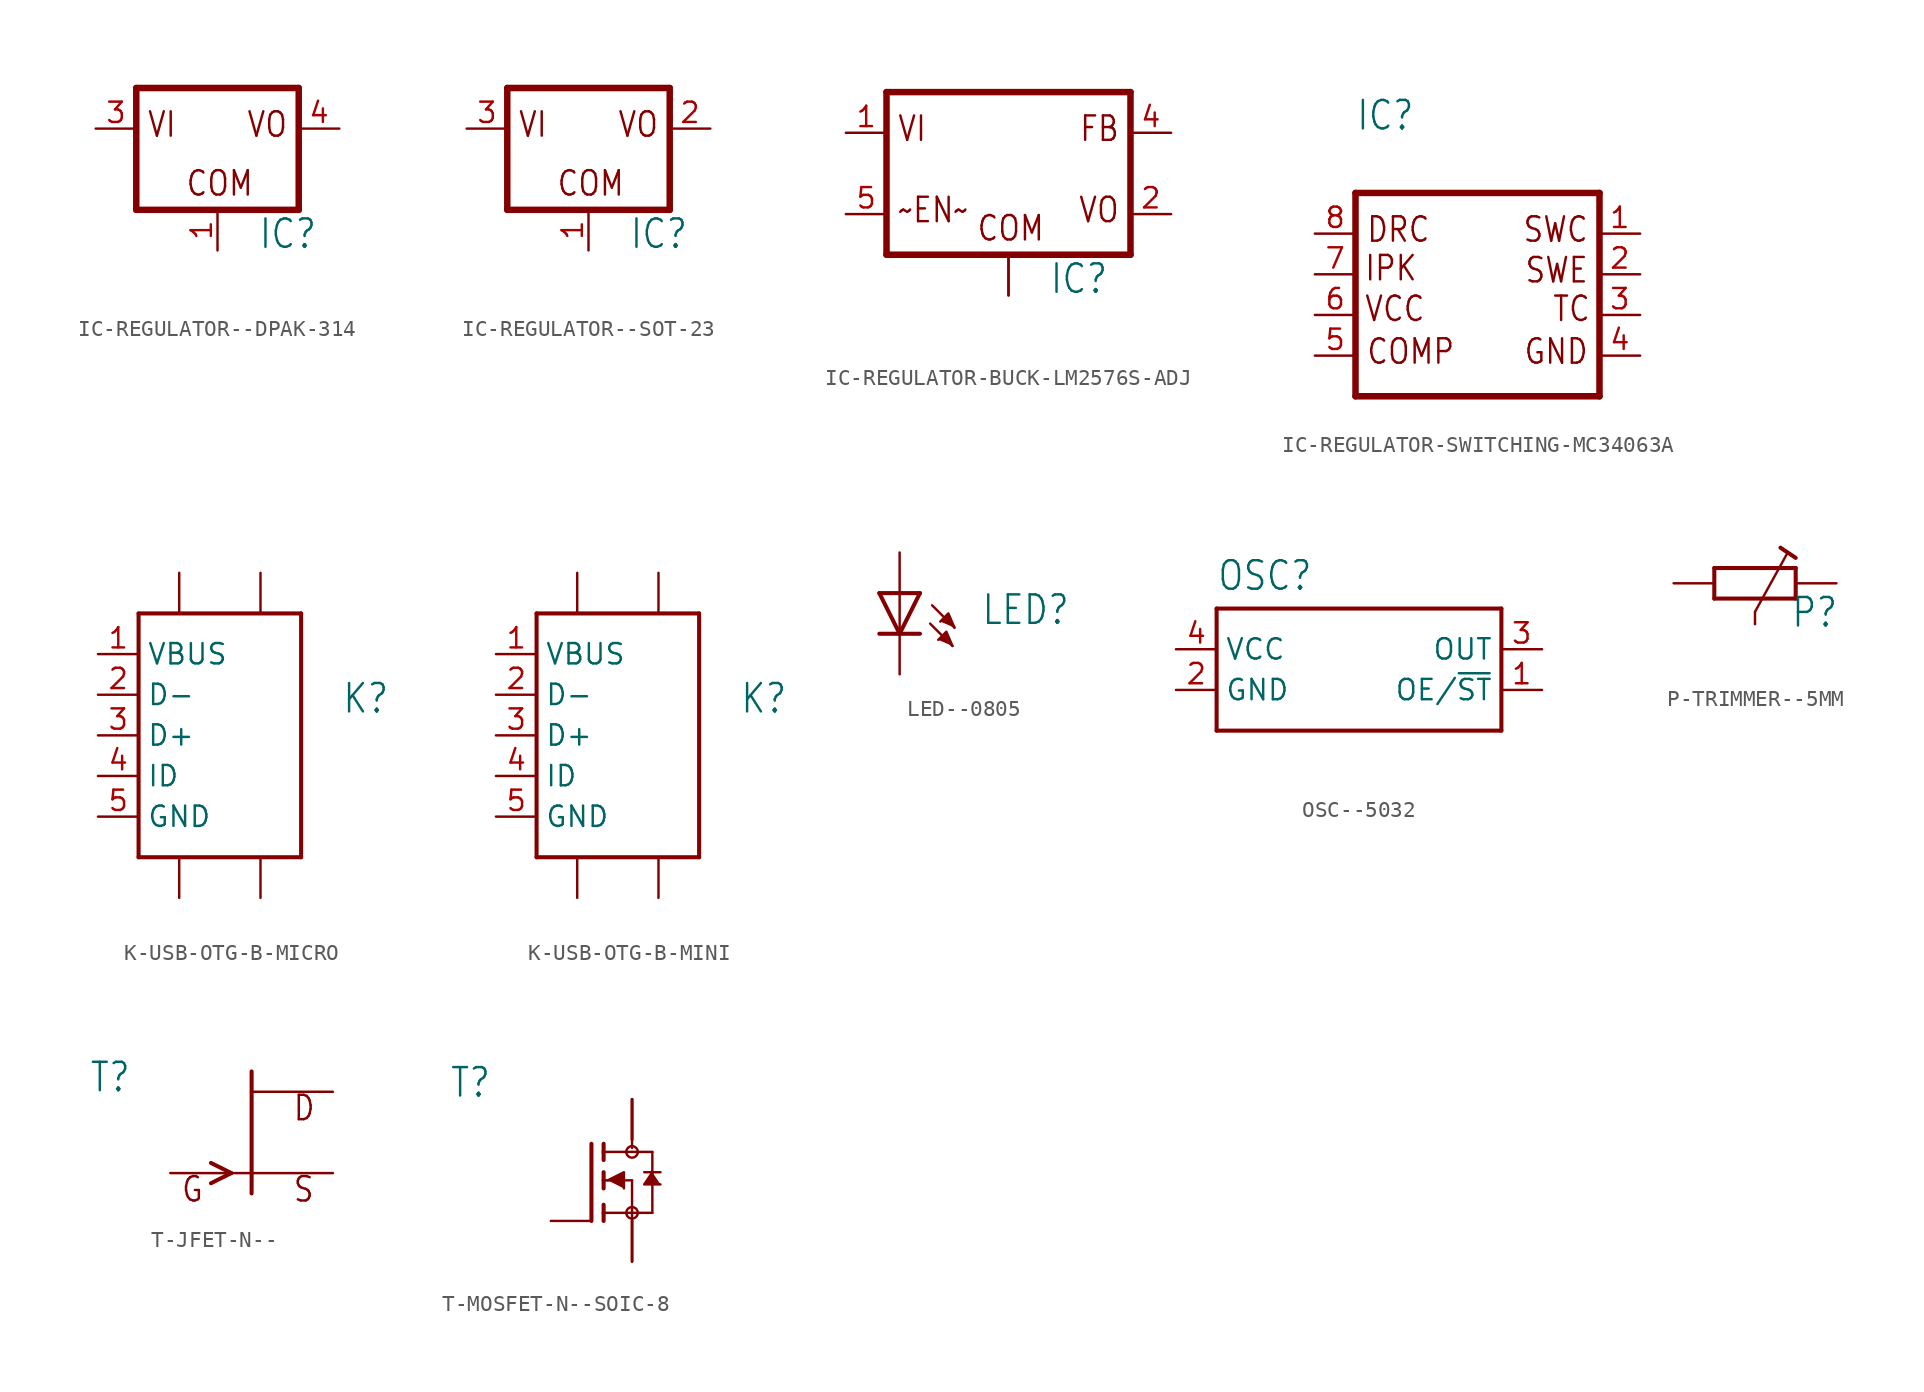
<source format=kicad_sym>
(kicad_symbol_lib
  (version 20231120)
  (generator "kicad_symbol_editor")
  (generator_version "8.0")
  (symbol "IC-REGULATOR--DPAK-314"
    (property "Reference" "IC"
      (at 2.54 -7.62 0)
      (effects (font (size 1.778 1.511)) (justify left bottom)))
    (property "Value" ""
      (at 2.54 -10.16 0)
      (effects (font (size 1.778 1.511)) (justify left bottom)))
    (property "ki_locked" ""
      (at 0 0 0)
      (effects (font (size 1.27 1.27))))
    (symbol "IC-REGULATOR--DPAK-314_1_0"
      (polyline (pts (xy -5.08 -5.08) (xy 5.08 -5.08)) (stroke (width 0.406) (type solid)) (fill (type none)))
      (polyline (pts (xy -5.08 2.54) (xy -5.08 -5.08)) (stroke (width 0.406) (type solid)) (fill (type none)))
      (polyline (pts (xy 5.08 -5.08) (xy 5.08 2.54)) (stroke (width 0.406) (type solid)) (fill (type none)))
      (polyline (pts (xy 5.08 2.54) (xy -5.08 2.54)) (stroke (width 0.406) (type solid)) (fill (type none)))
      (text "COM" (at -2.032 -4.318 0) (effects (font (size 1.524 1.295)) (justify left bottom)))
      (text "VI" (at -4.445 -0.635 0) (effects (font (size 1.524 1.295)) (justify left bottom)))
      (text "VO" (at 4.445 -0.635 0) (effects (font (size 1.524 1.295)) (justify right bottom)))
      (pin input line (at 0 -7.62 90) (length 2.54) (name "COM" (effects (font (size 0 0)))) (number "1" (effects (font (size 1.27 1.27)))))
      (pin input line (at -7.62 0 0) (length 2.54) (name "VI" (effects (font (size 0 0)))) (number "3" (effects (font (size 1.27 1.27)))))
      (pin passive line (at 7.62 0 180) (length 2.54) (name "VO" (effects (font (size 0 0)))) (number "4" (effects (font (size 1.27 1.27)))))))
  (symbol "IC-REGULATOR--SOT-23"
    (property "Reference" "IC"
      (at 2.54 -7.62 0)
      (effects (font (size 1.778 1.511)) (justify left bottom)))
    (property "Value" ""
      (at 2.54 -10.16 0)
      (effects (font (size 1.778 1.511)) (justify left bottom)))
    (property "ki_locked" ""
      (at 0 0 0)
      (effects (font (size 1.27 1.27))))
    (symbol "IC-REGULATOR--SOT-23_1_0"
      (polyline (pts (xy -5.08 -5.08) (xy 5.08 -5.08)) (stroke (width 0.406) (type solid)) (fill (type none)))
      (polyline (pts (xy -5.08 2.54) (xy -5.08 -5.08)) (stroke (width 0.406) (type solid)) (fill (type none)))
      (polyline (pts (xy 5.08 -5.08) (xy 5.08 2.54)) (stroke (width 0.406) (type solid)) (fill (type none)))
      (polyline (pts (xy 5.08 2.54) (xy -5.08 2.54)) (stroke (width 0.406) (type solid)) (fill (type none)))
      (text "COM" (at -2.032 -4.318 0) (effects (font (size 1.524 1.295)) (justify left bottom)))
      (text "VI" (at -4.445 -0.635 0) (effects (font (size 1.524 1.295)) (justify left bottom)))
      (text "VO" (at 4.445 -0.635 0) (effects (font (size 1.524 1.295)) (justify right bottom)))
      (pin input line (at 0 -7.62 90) (length 2.54) (name "COM" (effects (font (size 0 0)))) (number "1" (effects (font (size 1.27 1.27)))))
      (pin passive line (at 7.62 0 180) (length 2.54) (name "VO" (effects (font (size 0 0)))) (number "2" (effects (font (size 1.27 1.27)))))
      (pin input line (at -7.62 0 0) (length 2.54) (name "VI" (effects (font (size 0 0)))) (number "3" (effects (font (size 1.27 1.27)))))))
  (symbol "IC-REGULATOR-BUCK-LM2576S-ADJ"
    (property "Reference" "IC"
      (at 2.54 -7.62 0)
      (effects (font (size 1.778 1.511)) (justify left bottom)))
    (property "Value" ""
      (at 2.54 -10.16 0)
      (effects (font (size 1.778 1.511)) (justify left bottom)))
    (property "ki_locked" ""
      (at 0 0 0)
      (effects (font (size 1.27 1.27))))
    (symbol "IC-REGULATOR-BUCK-LM2576S-ADJ_1_0"
      (polyline (pts (xy -7.62 -5.08) (xy 7.62 -5.08)) (stroke (width 0.406) (type solid)) (fill (type none)))
      (polyline (pts (xy -7.62 5.08) (xy -7.62 -5.08)) (stroke (width 0.406) (type solid)) (fill (type none)))
      (polyline (pts (xy 7.62 -5.08) (xy 7.62 5.08)) (stroke (width 0.406) (type solid)) (fill (type none)))
      (polyline (pts (xy 7.62 5.08) (xy -7.62 5.08)) (stroke (width 0.406) (type solid)) (fill (type none)))
      (text "COM" (at -2.032 -4.318 0) (effects (font (size 1.524 1.295)) (justify left bottom)))
      (text "FB" (at 6.985 1.905 0) (effects (font (size 1.524 1.295)) (justify right bottom)))
      (text "VI" (at -6.985 1.905 0) (effects (font (size 1.524 1.295)) (justify left bottom)))
      (text "VO" (at 6.985 -3.175 0) (effects (font (size 1.524 1.295)) (justify right bottom)))
      (text "~EN~" (at -6.985 -3.175 0) (effects (font (size 1.524 1.295)) (justify left bottom)))
      (pin input line (at -10.16 2.54 0) (length 2.54) (name "VI" (effects (font (size 0 0)))) (number "1" (effects (font (size 1.27 1.27)))))
      (pin passive line (at 10.16 -2.54 180) (length 2.54) (name "VO" (effects (font (size 0 0)))) (number "2" (effects (font (size 1.27 1.27)))))
      (pin input line (at 0 -7.62 90) (length 2.54) (name "COM" (effects (font (size 0 0)))) (number "3" (effects (font (size 0 0)))))
      (pin passive line (at 10.16 2.54 180) (length 2.54) (name "FB" (effects (font (size 0 0)))) (number "4" (effects (font (size 1.27 1.27)))))
      (pin input line (at -10.16 -2.54 0) (length 2.54) (name "EN" (effects (font (size 0 0)))) (number "5" (effects (font (size 1.27 1.27)))))
      (pin input line (at 0 -7.62 90) (length 2.54) (name "COM" (effects (font (size 0 0)))) (number "PAD" (effects (font (size 0 0)))))))
  (symbol "IC-REGULATOR-SWITCHING-MC34063A"
    (property "Reference" "IC"
      (at -7.62 11.43 0)
      (effects (font (size 1.778 1.511)) (justify left bottom)))
    (property "Value" ""
      (at -7.62 8.89 0)
      (effects (font (size 1.778 1.511)) (justify left bottom)))
    (property "ki_locked" ""
      (at 0 0 0)
      (effects (font (size 1.27 1.27))))
    (symbol "IC-REGULATOR-SWITCHING-MC34063A_1_0"
      (polyline (pts (xy -7.62 -5.08) (xy 7.62 -5.08)) (stroke (width 0.406) (type solid)) (fill (type none)))
      (polyline (pts (xy -7.62 7.62) (xy -7.62 -5.08)) (stroke (width 0.406) (type solid)) (fill (type none)))
      (polyline (pts (xy 7.62 -5.08) (xy 7.62 7.62)) (stroke (width 0.406) (type solid)) (fill (type none)))
      (polyline (pts (xy 7.62 7.62) (xy -7.62 7.62)) (stroke (width 0.406) (type solid)) (fill (type none)))
      (text "COMP" (at -6.985 -3.175 0) (effects (font (size 1.524 1.295)) (justify left bottom)))
      (text "DRC" (at -6.985 4.445 0) (effects (font (size 1.524 1.295)) (justify left bottom)))
      (text "GND" (at 6.985 -3.175 0) (effects (font (size 1.524 1.295)) (justify right bottom)))
      (text "IPK" (at -7.112 2.032 0) (effects (font (size 1.524 1.295)) (justify left bottom)))
      (text "SWC" (at 6.985 4.445 0) (effects (font (size 1.524 1.295)) (justify right bottom)))
      (text "SWE" (at 6.985 1.905 0) (effects (font (size 1.524 1.295)) (justify right bottom)))
      (text "TC" (at 7.112 -0.508 0) (effects (font (size 1.524 1.295)) (justify right bottom)))
      (text "VCC" (at -7.112 -0.508 0) (effects (font (size 1.524 1.295)) (justify left bottom)))
      (pin bidirectional line (at 10.16 5.08 180) (length 2.54) (name "1" (effects (font (size 0 0)))) (number "1" (effects (font (size 1.27 1.27)))))
      (pin bidirectional line (at 10.16 2.54 180) (length 2.54) (name "2" (effects (font (size 0 0)))) (number "2" (effects (font (size 1.27 1.27)))))
      (pin input line (at 10.16 0 180) (length 2.54) (name "3" (effects (font (size 0 0)))) (number "3" (effects (font (size 1.27 1.27)))))
      (pin input line (at 10.16 -2.54 180) (length 2.54) (name "4" (effects (font (size 0 0)))) (number "4" (effects (font (size 1.27 1.27)))))
      (pin input line (at -10.16 -2.54 0) (length 2.54) (name "5" (effects (font (size 0 0)))) (number "5" (effects (font (size 1.27 1.27)))))
      (pin input line (at -10.16 0 0) (length 2.54) (name "6" (effects (font (size 0 0)))) (number "6" (effects (font (size 1.27 1.27)))))
      (pin input line (at -10.16 2.54 0) (length 2.54) (name "7" (effects (font (size 0 0)))) (number "7" (effects (font (size 1.27 1.27)))))
      (pin input line (at -10.16 5.08 0) (length 2.54) (name "8" (effects (font (size 0 0)))) (number "8" (effects (font (size 1.27 1.27)))))))
  (symbol "K-USB-OTG-B-MICRO"
    (property "Reference" "K"
      (at 12.7 1.27 0)
      (effects (font (size 1.778 1.511)) (justify left bottom)))
    (property "Value" ""
      (at 12.7 -2.54 0)
      (effects (font (size 1.778 1.511)) (justify left bottom)))
    (property "ki_locked" ""
      (at 0 0 0)
      (effects (font (size 1.27 1.27))))
    (symbol "K-USB-OTG-B-MICRO_1_0"
      (polyline (pts (xy 0 -7.62) (xy 10.16 -7.62)) (stroke (width 0.254) (type solid)) (fill (type none)))
      (polyline (pts (xy 0 7.62) (xy 0 -7.62)) (stroke (width 0.254) (type solid)) (fill (type none)))
      (polyline (pts (xy 0 7.62) (xy 10.16 7.62)) (stroke (width 0.254) (type solid)) (fill (type none)))
      (polyline (pts (xy 10.16 7.62) (xy 10.16 -7.62)) (stroke (width 0.254) (type solid)) (fill (type none)))
      (pin passive line (at -2.54 5.08 0) (length 2.54) (name "VBUS" (effects (font (size 1.27 1.27)))) (number "1" (effects (font (size 1.27 1.27)))))
      (pin passive line (at -2.54 2.54 0) (length 2.54) (name "D-" (effects (font (size 1.27 1.27)))) (number "2" (effects (font (size 1.27 1.27)))))
      (pin passive line (at -2.54 0 0) (length 2.54) (name "D+" (effects (font (size 1.27 1.27)))) (number "3" (effects (font (size 1.27 1.27)))))
      (pin passive line (at -2.54 -2.54 0) (length 2.54) (name "ID" (effects (font (size 1.27 1.27)))) (number "4" (effects (font (size 1.27 1.27)))))
      (pin passive line (at -2.54 -5.08 0) (length 2.54) (name "GND" (effects (font (size 1.27 1.27)))) (number "5" (effects (font (size 1.27 1.27)))))
      (pin passive line (at 7.62 10.16 270) (length 2.54) (name "S1" (effects (font (size 0 0)))) (number "S1" (effects (font (size 0 0)))))
      (pin passive line (at 2.54 10.16 270) (length 2.54) (name "S2" (effects (font (size 0 0)))) (number "S2" (effects (font (size 0 0)))))
      (pin passive line (at 2.54 -10.16 90) (length 2.54) (name "S3" (effects (font (size 0 0)))) (number "S3" (effects (font (size 0 0)))))
      (pin passive line (at 7.62 -10.16 90) (length 2.54) (name "S4" (effects (font (size 0 0)))) (number "S4" (effects (font (size 0 0)))))))
  (symbol "K-USB-OTG-B-MINI"
    (property "Reference" "K"
      (at 12.7 1.27 0)
      (effects (font (size 1.778 1.511)) (justify left bottom)))
    (property "Value" ""
      (at 12.7 -2.54 0)
      (effects (font (size 1.778 1.511)) (justify left bottom)))
    (property "ki_locked" ""
      (at 0 0 0)
      (effects (font (size 1.27 1.27))))
    (symbol "K-USB-OTG-B-MINI_1_0"
      (polyline (pts (xy 0 -7.62) (xy 10.16 -7.62)) (stroke (width 0.254) (type solid)) (fill (type none)))
      (polyline (pts (xy 0 7.62) (xy 0 -7.62)) (stroke (width 0.254) (type solid)) (fill (type none)))
      (polyline (pts (xy 0 7.62) (xy 10.16 7.62)) (stroke (width 0.254) (type solid)) (fill (type none)))
      (polyline (pts (xy 10.16 7.62) (xy 10.16 -7.62)) (stroke (width 0.254) (type solid)) (fill (type none)))
      (pin passive line (at -2.54 5.08 0) (length 2.54) (name "VBUS" (effects (font (size 1.27 1.27)))) (number "1" (effects (font (size 1.27 1.27)))))
      (pin passive line (at -2.54 2.54 0) (length 2.54) (name "D-" (effects (font (size 1.27 1.27)))) (number "2" (effects (font (size 1.27 1.27)))))
      (pin passive line (at -2.54 0 0) (length 2.54) (name "D+" (effects (font (size 1.27 1.27)))) (number "3" (effects (font (size 1.27 1.27)))))
      (pin passive line (at -2.54 -2.54 0) (length 2.54) (name "ID" (effects (font (size 1.27 1.27)))) (number "4" (effects (font (size 1.27 1.27)))))
      (pin passive line (at -2.54 -5.08 0) (length 2.54) (name "GND" (effects (font (size 1.27 1.27)))) (number "5" (effects (font (size 1.27 1.27)))))
      (pin passive line (at 7.62 10.16 270) (length 2.54) (name "S1" (effects (font (size 0 0)))) (number "S1" (effects (font (size 0 0)))))
      (pin passive line (at 2.54 10.16 270) (length 2.54) (name "S2" (effects (font (size 0 0)))) (number "S2" (effects (font (size 0 0)))))
      (pin passive line (at 2.54 -10.16 90) (length 2.54) (name "S3" (effects (font (size 0 0)))) (number "S3" (effects (font (size 0 0)))))
      (pin passive line (at 7.62 -10.16 90) (length 2.54) (name "S4" (effects (font (size 0 0)))) (number "S4" (effects (font (size 0 0)))))))
  (symbol "LED--0805"
    (property "Reference" "LED"
      (at 5.08 0 0)
      (effects (font (size 1.778 1.511)) (justify left top)))
    (property "Value" ""
      (at 5.08 -2.54 0)
      (effects (font (size 1.778 1.511)) (justify left top)))
    (property "ki_locked" ""
      (at 0 0 0)
      (effects (font (size 1.27 1.27))))
    (symbol "LED--0805_1_0"
      (polyline (pts (xy -1.27 -2.54) (xy 0 -2.54)) (stroke (width 0.254) (type solid)) (fill (type none)))
      (polyline (pts (xy -1.27 0) (xy 0 -2.54)) (stroke (width 0.254) (type solid)) (fill (type none)))
      (polyline (pts (xy -1.27 0) (xy 0 0)) (stroke (width 0.254) (type solid)) (fill (type none)))
      (polyline (pts (xy 0 -2.54) (xy 1.27 -2.54)) (stroke (width 0.254) (type solid)) (fill (type none)))
      (polyline (pts (xy 0 -2.54) (xy 1.27 0)) (stroke (width 0.254) (type solid)) (fill (type none)))
      (polyline (pts (xy 0 0) (xy 0 -2.54)) (stroke (width 0.152) (type solid)) (fill (type none)))
      (polyline (pts (xy 0 0) (xy 1.27 0)) (stroke (width 0.254) (type solid)) (fill (type none)))
      (polyline (pts (xy 1.905 -1.905) (xy 3.302 -3.302)) (stroke (width 0.152) (type solid)) (fill (type none)))
      (polyline (pts (xy 2.032 -0.762) (xy 3.429 -2.159)) (stroke (width 0.152) (type solid)) (fill (type none)))
      (polyline (pts (xy 3.302 -3.302) (xy 2.921 -2.413) (xy 2.413 -2.921)) (stroke (width 0.152) (type solid)) (fill (type outline)))
      (polyline (pts (xy 3.429 -2.159) (xy 3.048 -1.27) (xy 2.54 -1.778)) (stroke (width 0.152) (type solid)) (fill (type outline)))
      (pin passive line (at 0 2.54 270) (length 2.54) (name "A" (effects (font (size 0 0)))) (number "A" (effects (font (size 0 0)))))
      (pin passive line (at 0 -5.08 90) (length 2.54) (name "C" (effects (font (size 0 0)))) (number "C" (effects (font (size 0 0)))))))
  (symbol "OSC--5032"
    (property "Reference" "OSC"
      (at -5.08 3.556 0)
      (effects (font (size 1.778 1.511)) (justify left bottom)))
    (property "Value" ""
      (at -5.08 -7.62 0)
      (effects (font (size 1.778 1.511)) (justify left bottom)))
    (property "ki_locked" ""
      (at 0 0 0)
      (effects (font (size 1.27 1.27))))
    (symbol "OSC--5032_1_0"
      (polyline (pts (xy -5.08 -5.08) (xy 12.7 -5.08)) (stroke (width 0.254) (type solid)) (fill (type none)))
      (polyline (pts (xy -5.08 2.54) (xy -5.08 -5.08)) (stroke (width 0.254) (type solid)) (fill (type none)))
      (polyline (pts (xy 12.7 -5.08) (xy 12.7 2.54)) (stroke (width 0.254) (type solid)) (fill (type none)))
      (polyline (pts (xy 12.7 2.54) (xy -5.08 2.54)) (stroke (width 0.254) (type solid)) (fill (type none)))
      (pin passive line (at 15.24 -2.54 180) (length 2.54) (name "OE/~{ST}" (effects (font (size 1.27 1.27)))) (number "1" (effects (font (size 1.27 1.27)))))
      (pin passive line (at -7.62 -2.54 0) (length 2.54) (name "GND" (effects (font (size 1.27 1.27)))) (number "2" (effects (font (size 1.27 1.27)))))
      (pin passive line (at 15.24 0 180) (length 2.54) (name "OUT" (effects (font (size 1.27 1.27)))) (number "3" (effects (font (size 1.27 1.27)))))
      (pin passive line (at -7.62 0 0) (length 2.54) (name "VCC" (effects (font (size 1.27 1.27)))) (number "4" (effects (font (size 1.27 1.27)))))))
  (symbol "P-TRIMMER--5MM"
    (property "Reference" "P"
      (at 2.223 -2.857 0)
      (effects (font (size 1.778 1.511)) (justify left bottom)))
    (property "Value" ""
      (at 2.54 -5.397 0)
      (effects (font (size 1.778 1.511)) (justify left bottom)))
    (property "ki_locked" ""
      (at 0 0 0)
      (effects (font (size 1.27 1.27))))
    (symbol "P-TRIMMER--5MM_1_0"
      (polyline (pts (xy -2.54 -0.953) (xy 2.54 -0.953)) (stroke (width 0.254) (type solid)) (fill (type none)))
      (polyline (pts (xy -2.54 0.953) (xy -2.54 -0.953)) (stroke (width 0.254) (type solid)) (fill (type none)))
      (polyline (pts (xy 0 -1.778) (xy 0 -2.54)) (stroke (width 0.152) (type solid)) (fill (type none)))
      (polyline (pts (xy 0 -1.778) (xy 2.032 1.905)) (stroke (width 0.152) (type solid)) (fill (type none)))
      (polyline (pts (xy 2.54 -0.953) (xy 2.54 0.953)) (stroke (width 0.254) (type solid)) (fill (type none)))
      (polyline (pts (xy 2.54 0.953) (xy -2.54 0.953)) (stroke (width 0.254) (type solid)) (fill (type none)))
      (polyline (pts (xy 2.54 1.587) (xy 1.587 2.223)) (stroke (width 0.254) (type solid)) (fill (type none)))
      (pin passive line (at -5.08 0 0) (length 2.54) (name "1" (effects (font (size 0 0)))) (number "1" (effects (font (size 0 0)))))
      (pin passive line (at 0 -2.54 90) (length 0) (name "2" (effects (font (size 0 0)))) (number "2" (effects (font (size 0 0)))))
      (pin passive line (at 5.08 0 180) (length 2.54) (name "3" (effects (font (size 0 0)))) (number "3" (effects (font (size 0 0)))))))
  (symbol "T-JFET-N--"
    (property "Reference" "T"
      (at -10.16 2.413 0)
      (effects (font (size 1.778 1.511)) (justify left bottom)))
    (property "Value" ""
      (at -10.16 0 0)
      (effects (font (size 1.778 1.511)) (justify left bottom)))
    (property "ki_locked" ""
      (at 0 0 0)
      (effects (font (size 1.27 1.27))))
    (symbol "T-JFET-N--_1_0"
      (polyline (pts (xy -2.54 -1.905) (xy -1.27 -2.54)) (stroke (width 0.254) (type solid)) (fill (type none)))
      (polyline (pts (xy -1.27 -2.54) (xy -2.54 -3.175)) (stroke (width 0.254) (type solid)) (fill (type none)))
      (polyline (pts (xy 0 -3.81) (xy 0 3.81)) (stroke (width 0.254) (type solid)) (fill (type none)))
      (text "D" (at 2.54 0.635 0) (effects (font (size 1.524 1.295)) (justify left bottom)))
      (text "G" (at -4.445 -4.445 0) (effects (font (size 1.524 1.295)) (justify left bottom)))
      (text "S" (at 2.54 -4.445 0) (effects (font (size 1.524 1.295)) (justify left bottom)))
      (pin passive line (at 5.08 -2.54 180) (length 5.08) (name "S" (effects (font (size 0 0)))) (number "1" (effects (font (size 0 0)))))
      (pin passive line (at 5.08 2.54 180) (length 5.08) (name "D" (effects (font (size 0 0)))) (number "2" (effects (font (size 0 0)))))
      (pin passive line (at -5.08 -2.54 0) (length 5.08) (name "G" (effects (font (size 0 0)))) (number "3" (effects (font (size 0 0)))))))
  (symbol "T-MOSFET-N--SOIC-8"
    (property "Reference" "T"
      (at -11.43 5.08 0)
      (effects (font (size 1.778 1.511)) (justify left bottom)))
    (property "Value" ""
      (at -11.43 2.54 0)
      (effects (font (size 1.778 1.511)) (justify left bottom)))
    (property "ki_locked" ""
      (at 0 0 0)
      (effects (font (size 1.27 1.27))))
    (symbol "T-MOSFET-N--SOIC-8_1_0"
      (circle (center 0 -2.032) (radius 0.359) (stroke (width 0) (type solid)) (fill (type none)))
      (polyline (pts (xy -2.54 2.286) (xy -2.54 -2.54)) (stroke (width 0.254) (type solid)) (fill (type none)))
      (polyline (pts (xy -1.778 -2.032) (xy -1.778 -2.54)) (stroke (width 0.254) (type solid)) (fill (type none)))
      (polyline (pts (xy -1.778 -1.524) (xy -1.778 -2.032)) (stroke (width 0.254) (type solid)) (fill (type none)))
      (polyline (pts (xy -1.778 0) (xy -1.778 -0.508)) (stroke (width 0.254) (type solid)) (fill (type none)))
      (polyline (pts (xy -1.778 0) (xy 0 0)) (stroke (width 0.152) (type solid)) (fill (type none)))
      (polyline (pts (xy -1.778 0.508) (xy -1.778 0)) (stroke (width 0.254) (type solid)) (fill (type none)))
      (polyline (pts (xy -1.778 1.778) (xy -1.778 1.27)) (stroke (width 0.254) (type solid)) (fill (type none)))
      (polyline (pts (xy -1.778 1.778) (xy 0 1.778)) (stroke (width 0.152) (type solid)) (fill (type none)))
      (polyline (pts (xy -1.778 2.286) (xy -1.778 1.778)) (stroke (width 0.254) (type solid)) (fill (type none)))
      (polyline (pts (xy 0 -2.032) (xy -1.778 -2.032)) (stroke (width 0.152) (type solid)) (fill (type none)))
      (polyline (pts (xy 0 -2.032) (xy 0 -2.54)) (stroke (width 0.152) (type solid)) (fill (type none)))
      (polyline (pts (xy 0 -2.032) (xy 1.27 -2.032)) (stroke (width 0.152) (type solid)) (fill (type none)))
      (polyline (pts (xy 0 0) (xy 0 -2.032)) (stroke (width 0.152) (type solid)) (fill (type none)))
      (polyline (pts (xy 0 1.778) (xy 1.27 1.778)) (stroke (width 0.152) (type solid)) (fill (type none)))
      (polyline (pts (xy 0 2.032) (xy 0 2.54)) (stroke (width 0.152) (type solid)) (fill (type none)))
      (polyline (pts (xy 1.27 0.508) (xy 0.762 0.508)) (stroke (width 0.152) (type solid)) (fill (type none)))
      (polyline (pts (xy 1.27 0.508) (xy 1.27 -2.032)) (stroke (width 0.152) (type solid)) (fill (type none)))
      (polyline (pts (xy 1.27 1.778) (xy 1.27 0.508)) (stroke (width 0.152) (type solid)) (fill (type none)))
      (polyline (pts (xy 1.778 0.508) (xy 1.27 0.508)) (stroke (width 0.152) (type solid)) (fill (type none)))
      (polyline (pts (xy -1.524 0) (xy -0.508 0.508) (xy -0.508 -0.508)) (stroke (width 0.152) (type solid)) (fill (type outline)))
      (polyline (pts (xy 1.27 0.508) (xy 0.762 -0.254) (xy 1.778 -0.254)) (stroke (width 0.152) (type solid)) (fill (type outline)))
      (circle (center 0 1.778) (radius 0.359) (stroke (width 0) (type solid)) (fill (type none)))
      (pin passive line (at 0 -5.08 90) (length 2.54) (name "S" (effects (font (size 0 0)))) (number "1" (effects (font (size 0 0)))))
      (pin passive line (at 0 -5.08 90) (length 2.54) (name "S" (effects (font (size 0 0)))) (number "2" (effects (font (size 0 0)))))
      (pin passive line (at 0 -5.08 90) (length 2.54) (name "S" (effects (font (size 0 0)))) (number "3" (effects (font (size 0 0)))))
      (pin passive line (at -5.08 -2.54 0) (length 2.54) (name "G" (effects (font (size 0 0)))) (number "4" (effects (font (size 0 0)))))
      (pin passive line (at 0 5.08 270) (length 2.54) (name "D" (effects (font (size 0 0)))) (number "5" (effects (font (size 0 0)))))
      (pin passive line (at 0 5.08 270) (length 2.54) (name "D" (effects (font (size 0 0)))) (number "6" (effects (font (size 0 0)))))
      (pin passive line (at 0 5.08 270) (length 2.54) (name "D" (effects (font (size 0 0)))) (number "7" (effects (font (size 0 0)))))
      (pin passive line (at 0 5.08 270) (length 2.54) (name "D" (effects (font (size 0 0)))) (number "8" (effects (font (size 0 0))))))))
</source>
